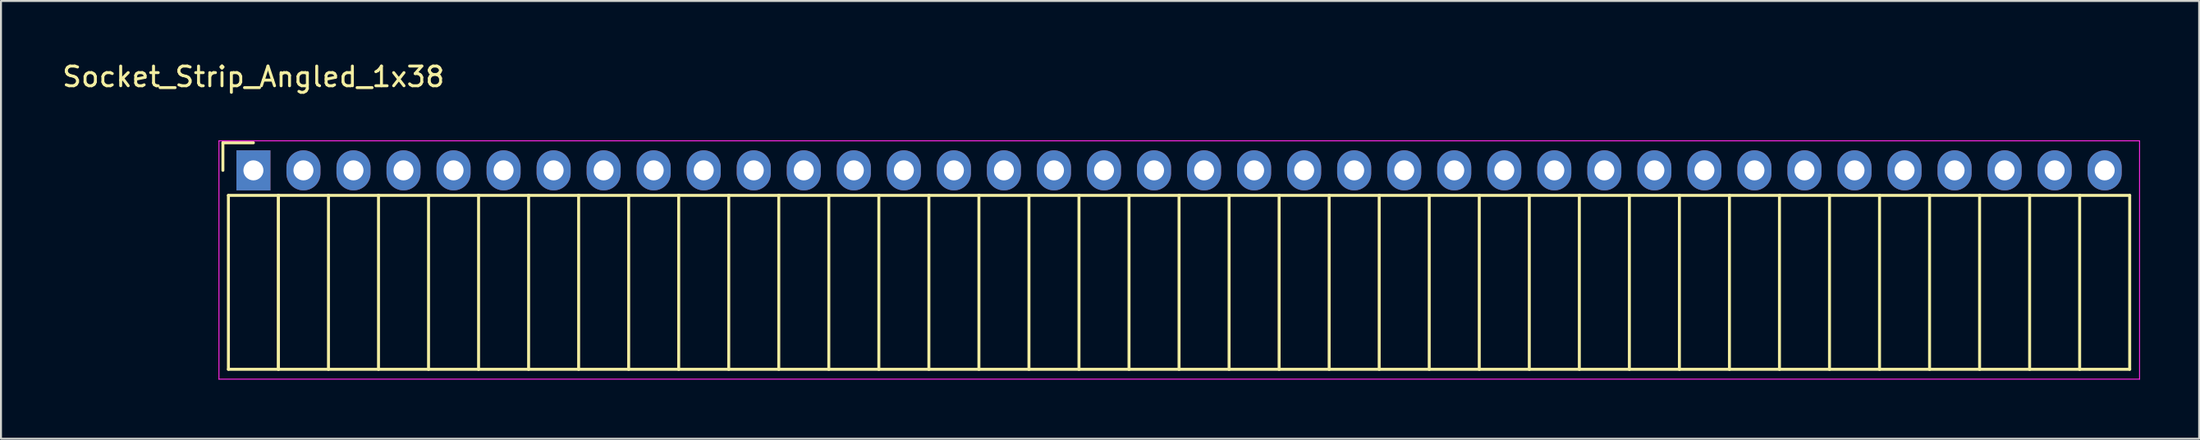
<source format=kicad_pcb>
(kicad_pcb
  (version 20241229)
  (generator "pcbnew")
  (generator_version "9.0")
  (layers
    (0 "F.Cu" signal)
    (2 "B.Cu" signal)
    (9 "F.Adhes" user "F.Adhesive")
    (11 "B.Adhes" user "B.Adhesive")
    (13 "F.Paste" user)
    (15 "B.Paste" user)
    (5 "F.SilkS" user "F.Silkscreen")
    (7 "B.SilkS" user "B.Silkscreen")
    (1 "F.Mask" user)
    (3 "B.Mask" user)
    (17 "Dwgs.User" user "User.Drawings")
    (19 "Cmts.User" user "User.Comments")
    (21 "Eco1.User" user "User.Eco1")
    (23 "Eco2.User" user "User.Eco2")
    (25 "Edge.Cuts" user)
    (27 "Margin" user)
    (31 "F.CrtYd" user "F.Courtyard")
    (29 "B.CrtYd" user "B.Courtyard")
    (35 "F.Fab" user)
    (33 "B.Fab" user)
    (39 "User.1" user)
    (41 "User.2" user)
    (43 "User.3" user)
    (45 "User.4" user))
  (footprint "Socket_Strip_Angled_1x38"
    (layer "F.Cu")
    (at 9.815 5.598)
    (property "Reference" "Socket_Strip_Angled_1x38" (at 0 -4.75 0) (layer "F.SilkS") (effects (font (size 1 1) (thickness 0.15))))
    (attr through_hole)
    (fp_line (start -1.55 -1.4) (end -1.55 0) (stroke (width 0.15) (type solid)) (layer "F.SilkS"))
    (fp_line (start -1.27 1.27) (end -1.27 10.1) (stroke (width 0.15) (type solid)) (layer "F.SilkS"))
    (fp_line (start -1.27 1.27) (end 1.27 1.27) (stroke (width 0.15) (type solid)) (layer "F.SilkS"))
    (fp_line (start -1.27 10.1) (end 1.27 10.1) (stroke (width 0.15) (type solid)) (layer "F.SilkS"))
    (fp_line (start 0 -1.4) (end -1.55 -1.4) (stroke (width 0.15) (type solid)) (layer "F.SilkS"))
    (fp_line (start 1.27 1.27) (end 1.27 10.1) (stroke (width 0.15) (type solid)) (layer "F.SilkS"))
    (fp_line (start 1.27 1.27) (end 3.81 1.27) (stroke (width 0.15) (type solid)) (layer "F.SilkS"))
    (fp_line (start 1.27 10.1) (end 1.27 1.27) (stroke (width 0.15) (type solid)) (layer "F.SilkS"))
    (fp_line (start 1.27 10.1) (end 3.81 10.1) (stroke (width 0.15) (type solid)) (layer "F.SilkS"))
    (fp_line (start 3.81 1.27) (end 6.35 1.27) (stroke (width 0.15) (type solid)) (layer "F.SilkS"))
    (fp_line (start 3.81 10.1) (end 3.81 1.27) (stroke (width 0.15) (type solid)) (layer "F.SilkS"))
    (fp_line (start 3.81 10.1) (end 6.35 10.1) (stroke (width 0.15) (type solid)) (layer "F.SilkS"))
    (fp_line (start 6.35 1.27) (end 8.89 1.27) (stroke (width 0.15) (type solid)) (layer "F.SilkS"))
    (fp_line (start 6.35 10.1) (end 6.35 1.27) (stroke (width 0.15) (type solid)) (layer "F.SilkS"))
    (fp_line (start 6.35 10.1) (end 8.89 10.1) (stroke (width 0.15) (type solid)) (layer "F.SilkS"))
    (fp_line (start 8.89 1.27) (end 11.43 1.27) (stroke (width 0.15) (type solid)) (layer "F.SilkS"))
    (fp_line (start 8.89 10.1) (end 8.89 1.27) (stroke (width 0.15) (type solid)) (layer "F.SilkS"))
    (fp_line (start 8.89 10.1) (end 11.43 10.1) (stroke (width 0.15) (type solid)) (layer "F.SilkS"))
    (fp_line (start 11.43 1.27) (end 13.97 1.27) (stroke (width 0.15) (type solid)) (layer "F.SilkS"))
    (fp_line (start 11.43 10.1) (end 11.43 1.27) (stroke (width 0.15) (type solid)) (layer "F.SilkS"))
    (fp_line (start 11.43 10.1) (end 13.97 10.1) (stroke (width 0.15) (type solid)) (layer "F.SilkS"))
    (fp_line (start 13.97 1.27) (end 16.51 1.27) (stroke (width 0.15) (type solid)) (layer "F.SilkS"))
    (fp_line (start 13.97 10.1) (end 13.97 1.27) (stroke (width 0.15) (type solid)) (layer "F.SilkS"))
    (fp_line (start 13.97 10.1) (end 16.51 10.1) (stroke (width 0.15) (type solid)) (layer "F.SilkS"))
    (fp_line (start 16.51 1.27) (end 19.05 1.27) (stroke (width 0.15) (type solid)) (layer "F.SilkS"))
    (fp_line (start 16.51 10.1) (end 16.51 1.27) (stroke (width 0.15) (type solid)) (layer "F.SilkS"))
    (fp_line (start 16.51 10.1) (end 19.05 10.1) (stroke (width 0.15) (type solid)) (layer "F.SilkS"))
    (fp_line (start 19.05 1.27) (end 21.59 1.27) (stroke (width 0.15) (type solid)) (layer "F.SilkS"))
    (fp_line (start 19.05 10.1) (end 19.05 1.27) (stroke (width 0.15) (type solid)) (layer "F.SilkS"))
    (fp_line (start 19.05 10.1) (end 21.59 10.1) (stroke (width 0.15) (type solid)) (layer "F.SilkS"))
    (fp_line (start 21.59 1.27) (end 24.13 1.27) (stroke (width 0.15) (type solid)) (layer "F.SilkS"))
    (fp_line (start 21.59 10.1) (end 21.59 1.27) (stroke (width 0.15) (type solid)) (layer "F.SilkS"))
    (fp_line (start 21.59 10.1) (end 24.13 10.1) (stroke (width 0.15) (type solid)) (layer "F.SilkS"))
    (fp_line (start 24.13 1.27) (end 26.67 1.27) (stroke (width 0.15) (type solid)) (layer "F.SilkS"))
    (fp_line (start 24.13 10.1) (end 24.13 1.27) (stroke (width 0.15) (type solid)) (layer "F.SilkS"))
    (fp_line (start 24.13 10.1) (end 26.67 10.1) (stroke (width 0.15) (type solid)) (layer "F.SilkS"))
    (fp_line (start 26.67 1.27) (end 29.21 1.27) (stroke (width 0.15) (type solid)) (layer "F.SilkS"))
    (fp_line (start 26.67 10.1) (end 26.67 1.27) (stroke (width 0.15) (type solid)) (layer "F.SilkS"))
    (fp_line (start 26.67 10.1) (end 29.21 10.1) (stroke (width 0.15) (type solid)) (layer "F.SilkS"))
    (fp_line (start 29.21 1.27) (end 31.75 1.27) (stroke (width 0.15) (type solid)) (layer "F.SilkS"))
    (fp_line (start 29.21 10.1) (end 29.21 1.27) (stroke (width 0.15) (type solid)) (layer "F.SilkS"))
    (fp_line (start 29.21 10.1) (end 31.75 10.1) (stroke (width 0.15) (type solid)) (layer "F.SilkS"))
    (fp_line (start 31.75 1.27) (end 34.29 1.27) (stroke (width 0.15) (type solid)) (layer "F.SilkS"))
    (fp_line (start 31.75 10.1) (end 31.75 1.27) (stroke (width 0.15) (type solid)) (layer "F.SilkS"))
    (fp_line (start 31.75 10.1) (end 34.29 10.1) (stroke (width 0.15) (type solid)) (layer "F.SilkS"))
    (fp_line (start 34.29 1.27) (end 36.83 1.27) (stroke (width 0.15) (type solid)) (layer "F.SilkS"))
    (fp_line (start 34.29 10.1) (end 34.29 1.27) (stroke (width 0.15) (type solid)) (layer "F.SilkS"))
    (fp_line (start 34.29 10.1) (end 36.83 10.1) (stroke (width 0.15) (type solid)) (layer "F.SilkS"))
    (fp_line (start 36.83 1.27) (end 39.37 1.27) (stroke (width 0.15) (type solid)) (layer "F.SilkS"))
    (fp_line (start 36.83 10.1) (end 36.83 1.27) (stroke (width 0.15) (type solid)) (layer "F.SilkS"))
    (fp_line (start 36.83 10.1) (end 39.37 10.1) (stroke (width 0.15) (type solid)) (layer "F.SilkS"))
    (fp_line (start 39.37 1.27) (end 41.91 1.27) (stroke (width 0.15) (type solid)) (layer "F.SilkS"))
    (fp_line (start 39.37 10.1) (end 39.37 1.27) (stroke (width 0.15) (type solid)) (layer "F.SilkS"))
    (fp_line (start 39.37 10.1) (end 41.91 10.1) (stroke (width 0.15) (type solid)) (layer "F.SilkS"))
    (fp_line (start 41.91 1.27) (end 44.45 1.27) (stroke (width 0.15) (type solid)) (layer "F.SilkS"))
    (fp_line (start 41.91 10.1) (end 41.91 1.27) (stroke (width 0.15) (type solid)) (layer "F.SilkS"))
    (fp_line (start 41.91 10.1) (end 44.45 10.1) (stroke (width 0.15) (type solid)) (layer "F.SilkS"))
    (fp_line (start 44.45 1.27) (end 46.99 1.27) (stroke (width 0.15) (type solid)) (layer "F.SilkS"))
    (fp_line (start 44.45 10.1) (end 44.45 1.27) (stroke (width 0.15) (type solid)) (layer "F.SilkS"))
    (fp_line (start 44.45 10.1) (end 46.99 10.1) (stroke (width 0.15) (type solid)) (layer "F.SilkS"))
    (fp_line (start 46.99 1.27) (end 49.53 1.27) (stroke (width 0.15) (type solid)) (layer "F.SilkS"))
    (fp_line (start 46.99 10.1) (end 46.99 1.27) (stroke (width 0.15) (type solid)) (layer "F.SilkS"))
    (fp_line (start 46.99 10.1) (end 49.53 10.1) (stroke (width 0.15) (type solid)) (layer "F.SilkS"))
    (fp_line (start 49.53 1.27) (end 52.07 1.27) (stroke (width 0.15) (type solid)) (layer "F.SilkS"))
    (fp_line (start 49.53 10.1) (end 49.53 1.27) (stroke (width 0.15) (type solid)) (layer "F.SilkS"))
    (fp_line (start 49.53 10.1) (end 52.07 10.1) (stroke (width 0.15) (type solid)) (layer "F.SilkS"))
    (fp_line (start 52.07 1.27) (end 54.61 1.27) (stroke (width 0.15) (type solid)) (layer "F.SilkS"))
    (fp_line (start 52.07 10.1) (end 52.07 1.27) (stroke (width 0.15) (type solid)) (layer "F.SilkS"))
    (fp_line (start 52.07 10.1) (end 54.61 10.1) (stroke (width 0.15) (type solid)) (layer "F.SilkS"))
    (fp_line (start 54.61 1.27) (end 57.15 1.27) (stroke (width 0.15) (type solid)) (layer "F.SilkS"))
    (fp_line (start 54.61 10.1) (end 54.61 1.27) (stroke (width 0.15) (type solid)) (layer "F.SilkS"))
    (fp_line (start 54.61 10.1) (end 57.15 10.1) (stroke (width 0.15) (type solid)) (layer "F.SilkS"))
    (fp_line (start 57.15 1.27) (end 59.69 1.27) (stroke (width 0.15) (type solid)) (layer "F.SilkS"))
    (fp_line (start 57.15 10.1) (end 57.15 1.27) (stroke (width 0.15) (type solid)) (layer "F.SilkS"))
    (fp_line (start 57.15 10.1) (end 59.69 10.1) (stroke (width 0.15) (type solid)) (layer "F.SilkS"))
    (fp_line (start 59.69 1.27) (end 62.23 1.27) (stroke (width 0.15) (type solid)) (layer "F.SilkS"))
    (fp_line (start 59.69 10.1) (end 59.69 1.27) (stroke (width 0.15) (type solid)) (layer "F.SilkS"))
    (fp_line (start 59.69 10.1) (end 62.23 10.1) (stroke (width 0.15) (type solid)) (layer "F.SilkS"))
    (fp_line (start 62.23 1.27) (end 64.77 1.27) (stroke (width 0.15) (type solid)) (layer "F.SilkS"))
    (fp_line (start 62.23 10.1) (end 62.23 1.27) (stroke (width 0.15) (type solid)) (layer "F.SilkS"))
    (fp_line (start 62.23 10.1) (end 64.77 10.1) (stroke (width 0.15) (type solid)) (layer "F.SilkS"))
    (fp_line (start 64.77 1.27) (end 67.31 1.27) (stroke (width 0.15) (type solid)) (layer "F.SilkS"))
    (fp_line (start 64.77 10.1) (end 64.77 1.27) (stroke (width 0.15) (type solid)) (layer "F.SilkS"))
    (fp_line (start 64.77 10.1) (end 67.31 10.1) (stroke (width 0.15) (type solid)) (layer "F.SilkS"))
    (fp_line (start 67.31 1.27) (end 69.85 1.27) (stroke (width 0.15) (type solid)) (layer "F.SilkS"))
    (fp_line (start 67.31 10.1) (end 67.31 1.27) (stroke (width 0.15) (type solid)) (layer "F.SilkS"))
    (fp_line (start 67.31 10.1) (end 69.85 10.1) (stroke (width 0.15) (type solid)) (layer "F.SilkS"))
    (fp_line (start 69.85 1.27) (end 72.39 1.27) (stroke (width 0.15) (type solid)) (layer "F.SilkS"))
    (fp_line (start 69.85 10.1) (end 69.85 1.27) (stroke (width 0.15) (type solid)) (layer "F.SilkS"))
    (fp_line (start 69.85 10.1) (end 72.39 10.1) (stroke (width 0.15) (type solid)) (layer "F.SilkS"))
    (fp_line (start 72.39 1.27) (end 74.93 1.27) (stroke (width 0.15) (type solid)) (layer "F.SilkS"))
    (fp_line (start 72.39 10.1) (end 72.39 1.27) (stroke (width 0.15) (type solid)) (layer "F.SilkS"))
    (fp_line (start 72.39 10.1) (end 74.93 10.1) (stroke (width 0.15) (type solid)) (layer "F.SilkS"))
    (fp_line (start 74.93 1.27) (end 77.47 1.27) (stroke (width 0.15) (type solid)) (layer "F.SilkS"))
    (fp_line (start 74.93 10.1) (end 74.93 1.27) (stroke (width 0.15) (type solid)) (layer "F.SilkS"))
    (fp_line (start 74.93 10.1) (end 77.47 10.1) (stroke (width 0.15) (type solid)) (layer "F.SilkS"))
    (fp_line (start 77.47 1.27) (end 80.01 1.27) (stroke (width 0.15) (type solid)) (layer "F.SilkS"))
    (fp_line (start 77.47 10.1) (end 77.47 1.27) (stroke (width 0.15) (type solid)) (layer "F.SilkS"))
    (fp_line (start 77.47 10.1) (end 80.01 10.1) (stroke (width 0.15) (type solid)) (layer "F.SilkS"))
    (fp_line (start 80.01 1.27) (end 82.55 1.27) (stroke (width 0.15) (type solid)) (layer "F.SilkS"))
    (fp_line (start 80.01 10.1) (end 80.01 1.27) (stroke (width 0.15) (type solid)) (layer "F.SilkS"))
    (fp_line (start 80.01 10.1) (end 82.55 10.1) (stroke (width 0.15) (type solid)) (layer "F.SilkS"))
    (fp_line (start 82.55 1.27) (end 85.09 1.27) (stroke (width 0.15) (type solid)) (layer "F.SilkS"))
    (fp_line (start 82.55 10.1) (end 82.55 1.27) (stroke (width 0.15) (type solid)) (layer "F.SilkS"))
    (fp_line (start 82.55 10.1) (end 85.09 10.1) (stroke (width 0.15) (type solid)) (layer "F.SilkS"))
    (fp_line (start 85.09 1.27) (end 87.63 1.27) (stroke (width 0.15) (type solid)) (layer "F.SilkS"))
    (fp_line (start 85.09 10.1) (end 85.09 1.27) (stroke (width 0.15) (type solid)) (layer "F.SilkS"))
    (fp_line (start 85.09 10.1) (end 87.63 10.1) (stroke (width 0.15) (type solid)) (layer "F.SilkS"))
    (fp_line (start 87.63 1.27) (end 90.17 1.27) (stroke (width 0.15) (type solid)) (layer "F.SilkS"))
    (fp_line (start 87.63 10.1) (end 87.63 1.27) (stroke (width 0.15) (type solid)) (layer "F.SilkS"))
    (fp_line (start 87.63 10.1) (end 90.17 10.1) (stroke (width 0.15) (type solid)) (layer "F.SilkS"))
    (fp_line (start 90.17 1.27) (end 92.71 1.27) (stroke (width 0.15) (type solid)) (layer "F.SilkS"))
    (fp_line (start 90.17 10.1) (end 90.17 1.27) (stroke (width 0.15) (type solid)) (layer "F.SilkS"))
    (fp_line (start 90.17 10.1) (end 92.71 10.1) (stroke (width 0.15) (type solid)) (layer "F.SilkS"))
    (fp_line (start 92.71 1.27) (end 95.25 1.27) (stroke (width 0.15) (type solid)) (layer "F.SilkS"))
    (fp_line (start 92.71 10.1) (end 92.71 1.27) (stroke (width 0.15) (type solid)) (layer "F.SilkS"))
    (fp_line (start 92.71 10.1) (end 95.25 10.1) (stroke (width 0.15) (type solid)) (layer "F.SilkS"))
    (fp_line (start 95.25 10.1) (end 95.25 1.27) (stroke (width 0.15) (type solid)) (layer "F.SilkS"))
    (fp_line (start -1.75 -1.5) (end -1.75 10.6) (stroke (width 0.05) (type solid)) (layer "F.CrtYd"))
    (fp_line (start -1.75 -1.5) (end 95.75 -1.5) (stroke (width 0.05) (type solid)) (layer "F.CrtYd"))
    (fp_line (start -1.75 10.6) (end 95.75 10.6) (stroke (width 0.05) (type solid)) (layer "F.CrtYd"))
    (fp_line (start 95.75 -1.5) (end 95.75 10.6) (stroke (width 0.05) (type solid)) (layer "F.CrtYd"))
    (pad "1" thru_hole rect (at 0 0) (size 1.727 2.032) (drill 1.016) (layers "*.Cu" "*.Mask"))
    (pad "2" thru_hole oval (at 2.54 0) (size 1.727 2.032) (drill 1.016) (layers "*.Cu" "*.Mask"))
    (pad "3" thru_hole oval (at 5.08 0) (size 1.727 2.032) (drill 1.016) (layers "*.Cu" "*.Mask"))
    (pad "4" thru_hole oval (at 7.62 0) (size 1.727 2.032) (drill 1.016) (layers "*.Cu" "*.Mask"))
    (pad "5" thru_hole oval (at 10.16 0) (size 1.727 2.032) (drill 1.016) (layers "*.Cu" "*.Mask"))
    (pad "6" thru_hole oval (at 12.7 0) (size 1.727 2.032) (drill 1.016) (layers "*.Cu" "*.Mask"))
    (pad "7" thru_hole oval (at 15.24 0) (size 1.727 2.032) (drill 1.016) (layers "*.Cu" "*.Mask"))
    (pad "8" thru_hole oval (at 17.78 0) (size 1.727 2.032) (drill 1.016) (layers "*.Cu" "*.Mask"))
    (pad "9" thru_hole oval (at 20.32 0) (size 1.727 2.032) (drill 1.016) (layers "*.Cu" "*.Mask"))
    (pad "10" thru_hole oval (at 22.86 0) (size 1.727 2.032) (drill 1.016) (layers "*.Cu" "*.Mask"))
    (pad "11" thru_hole oval (at 25.4 0) (size 1.727 2.032) (drill 1.016) (layers "*.Cu" "*.Mask"))
    (pad "12" thru_hole oval (at 27.94 0) (size 1.727 2.032) (drill 1.016) (layers "*.Cu" "*.Mask"))
    (pad "13" thru_hole oval (at 30.48 0) (size 1.727 2.032) (drill 1.016) (layers "*.Cu" "*.Mask"))
    (pad "14" thru_hole oval (at 33.02 0) (size 1.727 2.032) (drill 1.016) (layers "*.Cu" "*.Mask"))
    (pad "15" thru_hole oval (at 35.56 0) (size 1.727 2.032) (drill 1.016) (layers "*.Cu" "*.Mask"))
    (pad "16" thru_hole oval (at 38.1 0) (size 1.727 2.032) (drill 1.016) (layers "*.Cu" "*.Mask"))
    (pad "17" thru_hole oval (at 40.64 0) (size 1.727 2.032) (drill 1.016) (layers "*.Cu" "*.Mask"))
    (pad "18" thru_hole oval (at 43.18 0) (size 1.727 2.032) (drill 1.016) (layers "*.Cu" "*.Mask"))
    (pad "19" thru_hole oval (at 45.72 0) (size 1.727 2.032) (drill 1.016) (layers "*.Cu" "*.Mask"))
    (pad "20" thru_hole oval (at 48.26 0) (size 1.727 2.032) (drill 1.016) (layers "*.Cu" "*.Mask"))
    (pad "21" thru_hole oval (at 50.8 0) (size 1.727 2.032) (drill 1.016) (layers "*.Cu" "*.Mask"))
    (pad "22" thru_hole oval (at 53.34 0) (size 1.727 2.032) (drill 1.016) (layers "*.Cu" "*.Mask"))
    (pad "23" thru_hole oval (at 55.88 0) (size 1.727 2.032) (drill 1.016) (layers "*.Cu" "*.Mask"))
    (pad "24" thru_hole oval (at 58.42 0) (size 1.727 2.032) (drill 1.016) (layers "*.Cu" "*.Mask"))
    (pad "25" thru_hole oval (at 60.96 0) (size 1.727 2.032) (drill 1.016) (layers "*.Cu" "*.Mask"))
    (pad "26" thru_hole oval (at 63.5 0) (size 1.727 2.032) (drill 1.016) (layers "*.Cu" "*.Mask"))
    (pad "27" thru_hole oval (at 66.04 0) (size 1.727 2.032) (drill 1.016) (layers "*.Cu" "*.Mask"))
    (pad "28" thru_hole oval (at 68.58 0) (size 1.727 2.032) (drill 1.016) (layers "*.Cu" "*.Mask"))
    (pad "29" thru_hole oval (at 71.12 0) (size 1.727 2.032) (drill 1.016) (layers "*.Cu" "*.Mask"))
    (pad "30" thru_hole oval (at 73.66 0) (size 1.727 2.032) (drill 1.016) (layers "*.Cu" "*.Mask"))
    (pad "31" thru_hole oval (at 76.2 0) (size 1.727 2.032) (drill 1.016) (layers "*.Cu" "*.Mask"))
    (pad "32" thru_hole oval (at 78.74 0) (size 1.727 2.032) (drill 1.016) (layers "*.Cu" "*.Mask"))
    (pad "33" thru_hole oval (at 81.28 0) (size 1.727 2.032) (drill 1.016) (layers "*.Cu" "*.Mask"))
    (pad "34" thru_hole oval (at 83.82 0) (size 1.727 2.032) (drill 1.016) (layers "*.Cu" "*.Mask"))
    (pad "35" thru_hole oval (at 86.36 0) (size 1.727 2.032) (drill 1.016) (layers "*.Cu" "*.Mask"))
    (pad "36" thru_hole oval (at 88.9 0) (size 1.727 2.032) (drill 1.016) (layers "*.Cu" "*.Mask"))
    (pad "37" thru_hole oval (at 91.44 0) (size 1.727 2.032) (drill 1.016) (layers "*.Cu" "*.Mask"))
    (pad "38" thru_hole oval (at 93.98 0) (size 1.727 2.032) (drill 1.016) (layers "*.Cu" "*.Mask")))
  (gr_rect
    (start -3 -3)
    (end 108.59 19.223)
    (stroke (width 0.1) (type default))
    (fill no)
    (layer "Edge.Cuts")))
</source>
